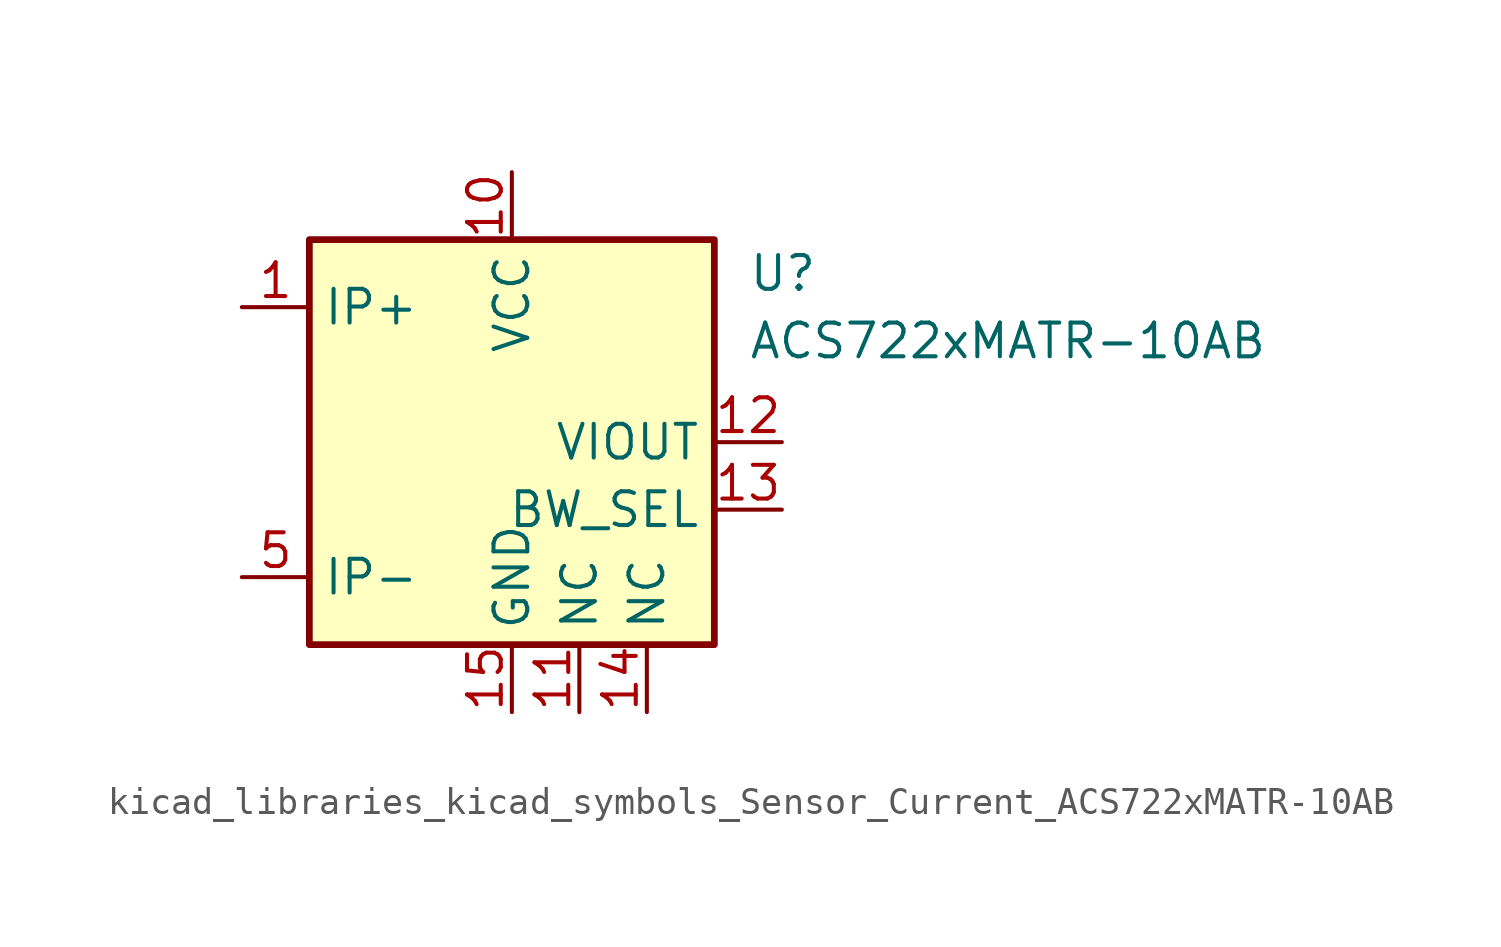
<source format=kicad_sym>
(kicad_symbol_lib
  (version 20220914)
  (generator kicad_symbol_editor)
  (symbol "kicad_libraries_kicad_symbols_Sensor_Current_ACS722xMATR-10AB"
    (property "Reference" "U"
      (at 8.89 6.35 0)
      (effects (font (size 1.27 1.27)) (justify left)))
    (property "Value" "ACS722xMATR-10AB"
      (at 8.89 3.81 0)
      (effects (font (size 1.27 1.27)) (justify left)))
    (symbol "kicad_libraries_kicad_symbols_Sensor_Current_ACS722xMATR-10AB_0_1"
      (rectangle (start -7.62 7.62) (end 7.62 -7.62) (stroke (width 0.254) (type default)) (fill (type background))))
    (symbol "kicad_libraries_kicad_symbols_Sensor_Current_ACS722xMATR-10AB_1_1"
      (pin passive line (at -10.16 5.08 0) (length 2.54) (name "IP+" (effects (font (size 1.27 1.27)))) (number "1" (effects (font (size 1.27 1.27)))))
      (pin power_in line (at 0 10.16 270) (length 2.54) (name "VCC" (effects (font (size 1.27 1.27)))) (number "10" (effects (font (size 1.27 1.27)))))
      (pin passive line (at 2.54 -10.16 90) (length 2.54) (name "NC" (effects (font (size 1.27 1.27)))) (number "11" (effects (font (size 1.27 1.27)))))
      (pin output line (at 10.16 0 180) (length 2.54) (name "VIOUT" (effects (font (size 1.27 1.27)))) (number "12" (effects (font (size 1.27 1.27)))))
      (pin input line (at 10.16 -2.54 180) (length 2.54) (name "BW_SEL" (effects (font (size 1.27 1.27)))) (number "13" (effects (font (size 1.27 1.27)))))
      (pin passive line (at 5.08 -10.16 90) (length 2.54) (name "NC" (effects (font (size 1.27 1.27)))) (number "14" (effects (font (size 1.27 1.27)))))
      (pin power_in line (at 0 -10.16 90) (length 2.54) (name "GND" (effects (font (size 1.27 1.27)))) (number "15" (effects (font (size 1.27 1.27)))))
      (pin no_connect line (at 7.62 2.54 180) (length 2.54) hide (name "NC" (effects (font (size 1.27 1.27)))) (number "16" (effects (font (size 1.27 1.27)))))
      (pin passive line (at -10.16 5.08 0) (length 2.54) hide (name "IP+" (effects (font (size 1.27 1.27)))) (number "2" (effects (font (size 1.27 1.27)))))
      (pin passive line (at -10.16 5.08 0) (length 2.54) hide (name "IP+" (effects (font (size 1.27 1.27)))) (number "3" (effects (font (size 1.27 1.27)))))
      (pin passive line (at -10.16 5.08 0) (length 2.54) hide (name "IP+" (effects (font (size 1.27 1.27)))) (number "4" (effects (font (size 1.27 1.27)))))
      (pin passive line (at -10.16 -5.08 0) (length 2.54) (name "IP-" (effects (font (size 1.27 1.27)))) (number "5" (effects (font (size 1.27 1.27)))))
      (pin passive line (at -10.16 -5.08 0) (length 2.54) hide (name "IP-" (effects (font (size 1.27 1.27)))) (number "6" (effects (font (size 1.27 1.27)))))
      (pin passive line (at -10.16 -5.08 0) (length 2.54) hide (name "IP-" (effects (font (size 1.27 1.27)))) (number "7" (effects (font (size 1.27 1.27)))))
      (pin passive line (at -10.16 -5.08 0) (length 2.54) hide (name "IP-" (effects (font (size 1.27 1.27)))) (number "8" (effects (font (size 1.27 1.27)))))
      (pin no_connect line (at 7.62 5.08 180) (length 2.54) hide (name "NC" (effects (font (size 1.27 1.27)))) (number "9" (effects (font (size 1.27 1.27))))))))
</source>
